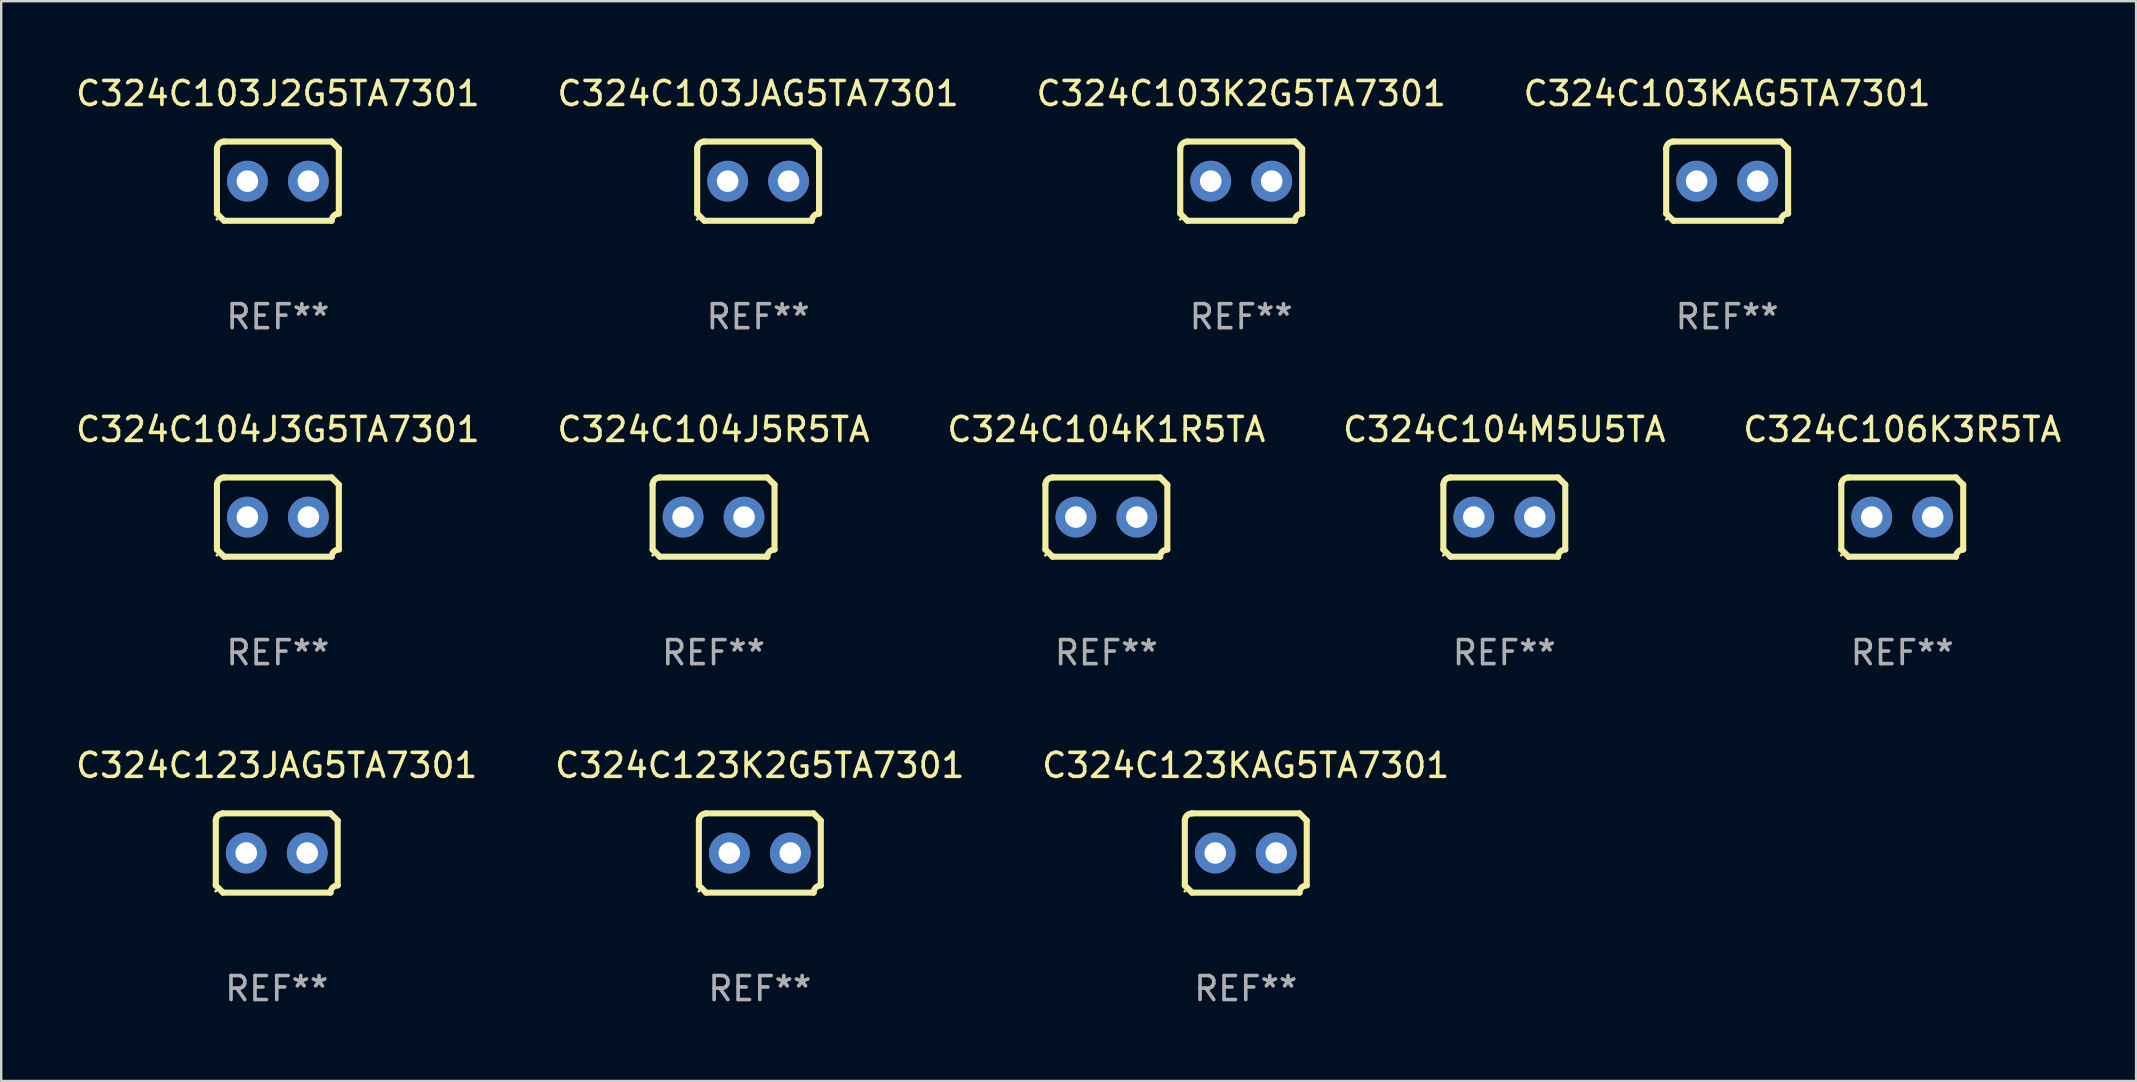
<source format=kicad_pcb>
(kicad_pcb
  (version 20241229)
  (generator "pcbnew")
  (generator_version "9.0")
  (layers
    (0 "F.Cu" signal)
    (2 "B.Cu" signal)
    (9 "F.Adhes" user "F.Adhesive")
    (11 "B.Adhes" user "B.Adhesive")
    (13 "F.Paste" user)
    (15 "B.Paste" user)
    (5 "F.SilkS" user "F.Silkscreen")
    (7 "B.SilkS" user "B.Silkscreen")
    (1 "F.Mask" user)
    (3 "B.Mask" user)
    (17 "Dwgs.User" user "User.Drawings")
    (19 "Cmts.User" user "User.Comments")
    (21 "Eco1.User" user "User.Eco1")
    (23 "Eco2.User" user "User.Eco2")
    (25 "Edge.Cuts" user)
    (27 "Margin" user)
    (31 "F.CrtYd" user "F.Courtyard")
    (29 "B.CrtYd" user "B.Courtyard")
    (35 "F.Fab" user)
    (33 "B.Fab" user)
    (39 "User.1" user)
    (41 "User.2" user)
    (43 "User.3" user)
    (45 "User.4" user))
  (footprint "C324C104J3G5TA7301"
    (layer "F.Cu")
    (at 8.53 18.498)
    (property "Reference" "C324C104J3G5TA7301" (at 0 -3.651 0) (layer "F.SilkS") (effects (font (size 1 1) (thickness 0.15))))
    (attr through_hole)
    (fp_line (start -2.54 -1.351) (end -2.54 1.351) (stroke (width 0.254) (type solid)) (layer "F.SilkS"))
    (fp_line (start -2.24 -1.651) (end 2.24 -1.651) (stroke (width 0.254) (type solid)) (layer "F.SilkS"))
    (fp_line (start 2.24 1.651) (end -2.24 1.651) (stroke (width 0.254) (type solid)) (layer "F.SilkS"))
    (fp_line (start 2.54 1.351) (end 2.54 -1.351) (stroke (width 0.254) (type solid)) (layer "F.SilkS"))
    (fp_arc (start -2.540005 -1.351283) (mid -2.450115 -1.561309) (end -2.240005 -1.651003) (stroke (width 0.254001) (type solid)) (layer "F.SilkS"))
    (fp_arc (start -2.240287 1.651001) (mid -2.390163 1.501019) (end -2.540005 1.351003) (stroke (width 0.254001) (type solid)) (layer "F.SilkS"))
    (fp_arc (start 2.240005 1.651003) (mid 2.329934 1.441015) (end 2.540005 1.351282) (stroke (width 0.254001) (type solid)) (layer "F.SilkS"))
    (fp_arc (start 2.540005 -1.351003) (mid 2.389393 -1.500252) (end 2.240284 -1.651003) (stroke (width 0.254001) (type solid)) (layer "F.SilkS"))
    (fp_circle (center -2.54 1.59) (end -2.51 1.59) (stroke (width 0.06) (type solid)) (fill no) (layer "F.SilkS"))
    (fp_text user "REF**" (at 0 5.651 0) (layer "F.Fab") (effects (font (size 1 1) (thickness 0.15))))
    (pad "1" thru_hole circle (at -1.27 0) (size 1.7 1.7) (drill 0.9) (layers "*.Cu" "*.Mask"))
    (pad "2" thru_hole circle (at 1.27 0) (size 1.7 1.7) (drill 0.9) (layers "*.Cu" "*.Mask")))
  (footprint "C324C104K1R5TA"
    (layer "F.Cu")
    (at 43.054 18.498)
    (property "Reference" "C324C104K1R5TA" (at 0 -3.651 0) (layer "F.SilkS") (effects (font (size 1 1) (thickness 0.15))))
    (attr through_hole)
    (fp_line (start -2.54 -1.351) (end -2.54 1.351) (stroke (width 0.254) (type solid)) (layer "F.SilkS"))
    (fp_line (start -2.24 -1.651) (end 2.24 -1.651) (stroke (width 0.254) (type solid)) (layer "F.SilkS"))
    (fp_line (start 2.24 1.651) (end -2.24 1.651) (stroke (width 0.254) (type solid)) (layer "F.SilkS"))
    (fp_line (start 2.54 1.351) (end 2.54 -1.351) (stroke (width 0.254) (type solid)) (layer "F.SilkS"))
    (fp_arc (start -2.540005 -1.351283) (mid -2.450115 -1.561309) (end -2.240005 -1.651003) (stroke (width 0.254001) (type solid)) (layer "F.SilkS"))
    (fp_arc (start -2.240287 1.651001) (mid -2.390163 1.501019) (end -2.540005 1.351003) (stroke (width 0.254001) (type solid)) (layer "F.SilkS"))
    (fp_arc (start 2.240005 1.651003) (mid 2.329934 1.441015) (end 2.540005 1.351282) (stroke (width 0.254001) (type solid)) (layer "F.SilkS"))
    (fp_arc (start 2.540005 -1.351003) (mid 2.389393 -1.500252) (end 2.240284 -1.651003) (stroke (width 0.254001) (type solid)) (layer "F.SilkS"))
    (fp_circle (center -2.54 1.59) (end -2.51 1.59) (stroke (width 0.06) (type solid)) (fill no) (layer "F.SilkS"))
    (fp_text user "REF**" (at 0 5.651 0) (layer "F.Fab") (effects (font (size 1 1) (thickness 0.15))))
    (pad "1" thru_hole circle (at -1.27 0) (size 1.7 1.7) (drill 0.9) (layers "*.Cu" "*.Mask"))
    (pad "2" thru_hole circle (at 1.27 0) (size 1.7 1.7) (drill 0.9) (layers "*.Cu" "*.Mask")))
  (footprint "C324C123K2G5TA7301"
    (layer "F.Cu")
    (at 28.613 32.496)
    (property "Reference" "C324C123K2G5TA7301" (at 0 -3.651 0) (layer "F.SilkS") (effects (font (size 1 1) (thickness 0.15))))
    (attr through_hole)
    (fp_line (start -2.54 -1.351) (end -2.54 1.351) (stroke (width 0.254) (type solid)) (layer "F.SilkS"))
    (fp_line (start -2.24 -1.651) (end 2.24 -1.651) (stroke (width 0.254) (type solid)) (layer "F.SilkS"))
    (fp_line (start 2.24 1.651) (end -2.24 1.651) (stroke (width 0.254) (type solid)) (layer "F.SilkS"))
    (fp_line (start 2.54 1.351) (end 2.54 -1.351) (stroke (width 0.254) (type solid)) (layer "F.SilkS"))
    (fp_arc (start -2.540005 -1.351283) (mid -2.450115 -1.561309) (end -2.240005 -1.651003) (stroke (width 0.254001) (type solid)) (layer "F.SilkS"))
    (fp_arc (start -2.240287 1.651001) (mid -2.390163 1.501019) (end -2.540005 1.351003) (stroke (width 0.254001) (type solid)) (layer "F.SilkS"))
    (fp_arc (start 2.240005 1.651003) (mid 2.329934 1.441015) (end 2.540005 1.351282) (stroke (width 0.254001) (type solid)) (layer "F.SilkS"))
    (fp_arc (start 2.540005 -1.351003) (mid 2.389393 -1.500252) (end 2.240284 -1.651003) (stroke (width 0.254001) (type solid)) (layer "F.SilkS"))
    (fp_circle (center -2.54 1.59) (end -2.51 1.59) (stroke (width 0.06) (type solid)) (fill no) (layer "F.SilkS"))
    (fp_text user "REF**" (at 0 5.651 0) (layer "F.Fab") (effects (font (size 1 1) (thickness 0.15))))
    (pad "1" thru_hole circle (at -1.27 0) (size 1.7 1.7) (drill 0.9) (layers "*.Cu" "*.Mask"))
    (pad "2" thru_hole circle (at 1.27 0) (size 1.7 1.7) (drill 0.9) (layers "*.Cu" "*.Mask")))
  (footprint "C324C103KAG5TA7301"
    (layer "F.Cu")
    (at 68.923 4.499)
    (property "Reference" "C324C103KAG5TA7301" (at 0 -3.651 0) (layer "F.SilkS") (effects (font (size 1 1) (thickness 0.15))))
    (attr through_hole)
    (fp_line (start -2.54 -1.351) (end -2.54 1.351) (stroke (width 0.254) (type solid)) (layer "F.SilkS"))
    (fp_line (start -2.24 -1.651) (end 2.24 -1.651) (stroke (width 0.254) (type solid)) (layer "F.SilkS"))
    (fp_line (start 2.24 1.651) (end -2.24 1.651) (stroke (width 0.254) (type solid)) (layer "F.SilkS"))
    (fp_line (start 2.54 1.351) (end 2.54 -1.351) (stroke (width 0.254) (type solid)) (layer "F.SilkS"))
    (fp_arc (start -2.540005 -1.351283) (mid -2.450115 -1.561309) (end -2.240005 -1.651003) (stroke (width 0.254001) (type solid)) (layer "F.SilkS"))
    (fp_arc (start -2.240287 1.651001) (mid -2.390163 1.501019) (end -2.540005 1.351003) (stroke (width 0.254001) (type solid)) (layer "F.SilkS"))
    (fp_arc (start 2.240005 1.651003) (mid 2.329934 1.441015) (end 2.540005 1.351282) (stroke (width 0.254001) (type solid)) (layer "F.SilkS"))
    (fp_arc (start 2.540005 -1.351003) (mid 2.389393 -1.500252) (end 2.240284 -1.651003) (stroke (width 0.254001) (type solid)) (layer "F.SilkS"))
    (fp_circle (center -2.54 1.59) (end -2.51 1.59) (stroke (width 0.06) (type solid)) (fill no) (layer "F.SilkS"))
    (fp_text user "REF**" (at 0 5.651 0) (layer "F.Fab") (effects (font (size 1 1) (thickness 0.15))))
    (pad "1" thru_hole circle (at -1.27 0) (size 1.7 1.7) (drill 0.9) (layers "*.Cu" "*.Mask"))
    (pad "2" thru_hole circle (at 1.27 0) (size 1.7 1.7) (drill 0.9) (layers "*.Cu" "*.Mask")))
  (footprint "C324C103JAG5TA7301"
    (layer "F.Cu")
    (at 28.542 4.499)
    (property "Reference" "C324C103JAG5TA7301" (at 0 -3.651 0) (layer "F.SilkS") (effects (font (size 1 1) (thickness 0.15))))
    (attr through_hole)
    (fp_line (start -2.54 -1.351) (end -2.54 1.351) (stroke (width 0.254) (type solid)) (layer "F.SilkS"))
    (fp_line (start -2.24 -1.651) (end 2.24 -1.651) (stroke (width 0.254) (type solid)) (layer "F.SilkS"))
    (fp_line (start 2.24 1.651) (end -2.24 1.651) (stroke (width 0.254) (type solid)) (layer "F.SilkS"))
    (fp_line (start 2.54 1.351) (end 2.54 -1.351) (stroke (width 0.254) (type solid)) (layer "F.SilkS"))
    (fp_arc (start -2.540005 -1.351283) (mid -2.450115 -1.561309) (end -2.240005 -1.651003) (stroke (width 0.254001) (type solid)) (layer "F.SilkS"))
    (fp_arc (start -2.240287 1.651001) (mid -2.390163 1.501019) (end -2.540005 1.351003) (stroke (width 0.254001) (type solid)) (layer "F.SilkS"))
    (fp_arc (start 2.240005 1.651003) (mid 2.329934 1.441015) (end 2.540005 1.351282) (stroke (width 0.254001) (type solid)) (layer "F.SilkS"))
    (fp_arc (start 2.540005 -1.351003) (mid 2.389393 -1.500252) (end 2.240284 -1.651003) (stroke (width 0.254001) (type solid)) (layer "F.SilkS"))
    (fp_circle (center -2.54 1.59) (end -2.51 1.59) (stroke (width 0.06) (type solid)) (fill no) (layer "F.SilkS"))
    (fp_text user "REF**" (at 0 5.651 0) (layer "F.Fab") (effects (font (size 1 1) (thickness 0.15))))
    (pad "1" thru_hole circle (at -1.27 0) (size 1.7 1.7) (drill 0.9) (layers "*.Cu" "*.Mask"))
    (pad "2" thru_hole circle (at 1.27 0) (size 1.7 1.7) (drill 0.9) (layers "*.Cu" "*.Mask")))
  (footprint "C324C123JAG5TA7301"
    (layer "F.Cu")
    (at 8.482 32.496)
    (property "Reference" "C324C123JAG5TA7301" (at 0 -3.651 0) (layer "F.SilkS") (effects (font (size 1 1) (thickness 0.15))))
    (attr through_hole)
    (fp_line (start -2.54 -1.351) (end -2.54 1.351) (stroke (width 0.254) (type solid)) (layer "F.SilkS"))
    (fp_line (start -2.24 -1.651) (end 2.24 -1.651) (stroke (width 0.254) (type solid)) (layer "F.SilkS"))
    (fp_line (start 2.24 1.651) (end -2.24 1.651) (stroke (width 0.254) (type solid)) (layer "F.SilkS"))
    (fp_line (start 2.54 1.351) (end 2.54 -1.351) (stroke (width 0.254) (type solid)) (layer "F.SilkS"))
    (fp_arc (start -2.540005 -1.351283) (mid -2.450115 -1.561309) (end -2.240005 -1.651003) (stroke (width 0.254001) (type solid)) (layer "F.SilkS"))
    (fp_arc (start -2.240287 1.651001) (mid -2.390163 1.501019) (end -2.540005 1.351003) (stroke (width 0.254001) (type solid)) (layer "F.SilkS"))
    (fp_arc (start 2.240005 1.651003) (mid 2.329934 1.441015) (end 2.540005 1.351282) (stroke (width 0.254001) (type solid)) (layer "F.SilkS"))
    (fp_arc (start 2.540005 -1.351003) (mid 2.389393 -1.500252) (end 2.240284 -1.651003) (stroke (width 0.254001) (type solid)) (layer "F.SilkS"))
    (fp_circle (center -2.54 1.59) (end -2.51 1.59) (stroke (width 0.06) (type solid)) (fill no) (layer "F.SilkS"))
    (fp_text user "REF**" (at 0 5.651 0) (layer "F.Fab") (effects (font (size 1 1) (thickness 0.15))))
    (pad "1" thru_hole circle (at -1.27 0) (size 1.7 1.7) (drill 0.9) (layers "*.Cu" "*.Mask"))
    (pad "2" thru_hole circle (at 1.27 0) (size 1.7 1.7) (drill 0.9) (layers "*.Cu" "*.Mask")))
  (footprint "C324C104J5R5TA"
    (layer "F.Cu")
    (at 26.685 18.498)
    (property "Reference" "C324C104J5R5TA" (at 0 -3.651 0) (layer "F.SilkS") (effects (font (size 1 1) (thickness 0.15))))
    (attr through_hole)
    (fp_line (start -2.54 -1.351) (end -2.54 1.351) (stroke (width 0.254) (type solid)) (layer "F.SilkS"))
    (fp_line (start -2.24 -1.651) (end 2.24 -1.651) (stroke (width 0.254) (type solid)) (layer "F.SilkS"))
    (fp_line (start 2.24 1.651) (end -2.24 1.651) (stroke (width 0.254) (type solid)) (layer "F.SilkS"))
    (fp_line (start 2.54 1.351) (end 2.54 -1.351) (stroke (width 0.254) (type solid)) (layer "F.SilkS"))
    (fp_arc (start -2.540005 -1.351283) (mid -2.450115 -1.561309) (end -2.240005 -1.651003) (stroke (width 0.254001) (type solid)) (layer "F.SilkS"))
    (fp_arc (start -2.240287 1.651001) (mid -2.390163 1.501019) (end -2.540005 1.351003) (stroke (width 0.254001) (type solid)) (layer "F.SilkS"))
    (fp_arc (start 2.240005 1.651003) (mid 2.329934 1.441015) (end 2.540005 1.351282) (stroke (width 0.254001) (type solid)) (layer "F.SilkS"))
    (fp_arc (start 2.540005 -1.351003) (mid 2.389393 -1.500252) (end 2.240284 -1.651003) (stroke (width 0.254001) (type solid)) (layer "F.SilkS"))
    (fp_circle (center -2.54 1.59) (end -2.51 1.59) (stroke (width 0.06) (type solid)) (fill no) (layer "F.SilkS"))
    (fp_text user "REF**" (at 0 5.651 0) (layer "F.Fab") (effects (font (size 1 1) (thickness 0.15))))
    (pad "1" thru_hole circle (at -1.27 0) (size 1.7 1.7) (drill 0.9) (layers "*.Cu" "*.Mask"))
    (pad "2" thru_hole circle (at 1.27 0) (size 1.7 1.7) (drill 0.9) (layers "*.Cu" "*.Mask")))
  (footprint "C324C104M5U5TA"
    (layer "F.Cu")
    (at 59.637 18.498)
    (property "Reference" "C324C104M5U5TA" (at 0 -3.651 0) (layer "F.SilkS") (effects (font (size 1 1) (thickness 0.15))))
    (attr through_hole)
    (fp_line (start -2.54 -1.351) (end -2.54 1.351) (stroke (width 0.254) (type solid)) (layer "F.SilkS"))
    (fp_line (start -2.24 -1.651) (end 2.24 -1.651) (stroke (width 0.254) (type solid)) (layer "F.SilkS"))
    (fp_line (start 2.24 1.651) (end -2.24 1.651) (stroke (width 0.254) (type solid)) (layer "F.SilkS"))
    (fp_line (start 2.54 1.351) (end 2.54 -1.351) (stroke (width 0.254) (type solid)) (layer "F.SilkS"))
    (fp_arc (start -2.540005 -1.351283) (mid -2.450115 -1.561309) (end -2.240005 -1.651003) (stroke (width 0.254001) (type solid)) (layer "F.SilkS"))
    (fp_arc (start -2.240287 1.651001) (mid -2.390163 1.501019) (end -2.540005 1.351003) (stroke (width 0.254001) (type solid)) (layer "F.SilkS"))
    (fp_arc (start 2.240005 1.651003) (mid 2.329934 1.441015) (end 2.540005 1.351282) (stroke (width 0.254001) (type solid)) (layer "F.SilkS"))
    (fp_arc (start 2.540005 -1.351003) (mid 2.389393 -1.500252) (end 2.240284 -1.651003) (stroke (width 0.254001) (type solid)) (layer "F.SilkS"))
    (fp_circle (center -2.54 1.59) (end -2.51 1.59) (stroke (width 0.06) (type solid)) (fill no) (layer "F.SilkS"))
    (fp_text user "REF**" (at 0 5.651 0) (layer "F.Fab") (effects (font (size 1 1) (thickness 0.15))))
    (pad "1" thru_hole circle (at -1.27 0) (size 1.7 1.7) (drill 0.9) (layers "*.Cu" "*.Mask"))
    (pad "2" thru_hole circle (at 1.27 0) (size 1.7 1.7) (drill 0.9) (layers "*.Cu" "*.Mask")))
  (footprint "C324C123KAG5TA7301"
    (layer "F.Cu")
    (at 48.863 32.496)
    (property "Reference" "C324C123KAG5TA7301" (at 0 -3.651 0) (layer "F.SilkS") (effects (font (size 1 1) (thickness 0.15))))
    (attr through_hole)
    (fp_line (start -2.54 -1.351) (end -2.54 1.351) (stroke (width 0.254) (type solid)) (layer "F.SilkS"))
    (fp_line (start -2.24 -1.651) (end 2.24 -1.651) (stroke (width 0.254) (type solid)) (layer "F.SilkS"))
    (fp_line (start 2.24 1.651) (end -2.24 1.651) (stroke (width 0.254) (type solid)) (layer "F.SilkS"))
    (fp_line (start 2.54 1.351) (end 2.54 -1.351) (stroke (width 0.254) (type solid)) (layer "F.SilkS"))
    (fp_arc (start -2.540005 -1.351283) (mid -2.450115 -1.561309) (end -2.240005 -1.651003) (stroke (width 0.254001) (type solid)) (layer "F.SilkS"))
    (fp_arc (start -2.240287 1.651001) (mid -2.390163 1.501019) (end -2.540005 1.351003) (stroke (width 0.254001) (type solid)) (layer "F.SilkS"))
    (fp_arc (start 2.240005 1.651003) (mid 2.329934 1.441015) (end 2.540005 1.351282) (stroke (width 0.254001) (type solid)) (layer "F.SilkS"))
    (fp_arc (start 2.540005 -1.351003) (mid 2.389393 -1.500252) (end 2.240284 -1.651003) (stroke (width 0.254001) (type solid)) (layer "F.SilkS"))
    (fp_circle (center -2.54 1.59) (end -2.51 1.59) (stroke (width 0.06) (type solid)) (fill no) (layer "F.SilkS"))
    (fp_text user "REF**" (at 0 5.651 0) (layer "F.Fab") (effects (font (size 1 1) (thickness 0.15))))
    (pad "1" thru_hole circle (at -1.27 0) (size 1.7 1.7) (drill 0.9) (layers "*.Cu" "*.Mask"))
    (pad "2" thru_hole circle (at 1.27 0) (size 1.7 1.7) (drill 0.9) (layers "*.Cu" "*.Mask")))
  (footprint "C324C103K2G5TA7301"
    (layer "F.Cu")
    (at 48.673 4.499)
    (property "Reference" "C324C103K2G5TA7301" (at 0 -3.651 0) (layer "F.SilkS") (effects (font (size 1 1) (thickness 0.15))))
    (attr through_hole)
    (fp_line (start -2.54 -1.351) (end -2.54 1.351) (stroke (width 0.254) (type solid)) (layer "F.SilkS"))
    (fp_line (start -2.24 -1.651) (end 2.24 -1.651) (stroke (width 0.254) (type solid)) (layer "F.SilkS"))
    (fp_line (start 2.24 1.651) (end -2.24 1.651) (stroke (width 0.254) (type solid)) (layer "F.SilkS"))
    (fp_line (start 2.54 1.351) (end 2.54 -1.351) (stroke (width 0.254) (type solid)) (layer "F.SilkS"))
    (fp_arc (start -2.540005 -1.351283) (mid -2.450115 -1.561309) (end -2.240005 -1.651003) (stroke (width 0.254001) (type solid)) (layer "F.SilkS"))
    (fp_arc (start -2.240287 1.651001) (mid -2.390163 1.501019) (end -2.540005 1.351003) (stroke (width 0.254001) (type solid)) (layer "F.SilkS"))
    (fp_arc (start 2.240005 1.651003) (mid 2.329934 1.441015) (end 2.540005 1.351282) (stroke (width 0.254001) (type solid)) (layer "F.SilkS"))
    (fp_arc (start 2.540005 -1.351003) (mid 2.389393 -1.500252) (end 2.240284 -1.651003) (stroke (width 0.254001) (type solid)) (layer "F.SilkS"))
    (fp_circle (center -2.54 1.59) (end -2.51 1.59) (stroke (width 0.06) (type solid)) (fill no) (layer "F.SilkS"))
    (fp_text user "REF**" (at 0 5.651 0) (layer "F.Fab") (effects (font (size 1 1) (thickness 0.15))))
    (pad "1" thru_hole circle (at -1.27 0) (size 1.7 1.7) (drill 0.9) (layers "*.Cu" "*.Mask"))
    (pad "2" thru_hole circle (at 1.27 0) (size 1.7 1.7) (drill 0.9) (layers "*.Cu" "*.Mask")))
  (footprint "C324C106K3R5TA"
    (layer "F.Cu")
    (at 76.22 18.498)
    (property "Reference" "C324C106K3R5TA" (at 0 -3.651 0) (layer "F.SilkS") (effects (font (size 1 1) (thickness 0.15))))
    (attr through_hole)
    (fp_line (start -2.54 -1.351) (end -2.54 1.351) (stroke (width 0.254) (type solid)) (layer "F.SilkS"))
    (fp_line (start -2.24 -1.651) (end 2.24 -1.651) (stroke (width 0.254) (type solid)) (layer "F.SilkS"))
    (fp_line (start 2.24 1.651) (end -2.24 1.651) (stroke (width 0.254) (type solid)) (layer "F.SilkS"))
    (fp_line (start 2.54 1.351) (end 2.54 -1.351) (stroke (width 0.254) (type solid)) (layer "F.SilkS"))
    (fp_arc (start -2.540005 -1.351283) (mid -2.450115 -1.561309) (end -2.240005 -1.651003) (stroke (width 0.254001) (type solid)) (layer "F.SilkS"))
    (fp_arc (start -2.240287 1.651001) (mid -2.390163 1.501019) (end -2.540005 1.351003) (stroke (width 0.254001) (type solid)) (layer "F.SilkS"))
    (fp_arc (start 2.240005 1.651003) (mid 2.329934 1.441015) (end 2.540005 1.351282) (stroke (width 0.254001) (type solid)) (layer "F.SilkS"))
    (fp_arc (start 2.540005 -1.351003) (mid 2.389393 -1.500252) (end 2.240284 -1.651003) (stroke (width 0.254001) (type solid)) (layer "F.SilkS"))
    (fp_circle (center -2.54 1.59) (end -2.51 1.59) (stroke (width 0.06) (type solid)) (fill no) (layer "F.SilkS"))
    (fp_text user "REF**" (at 0 5.651 0) (layer "F.Fab") (effects (font (size 1 1) (thickness 0.15))))
    (pad "1" thru_hole circle (at -1.27 0) (size 1.7 1.7) (drill 0.9) (layers "*.Cu" "*.Mask"))
    (pad "2" thru_hole circle (at 1.27 0) (size 1.7 1.7) (drill 0.9) (layers "*.Cu" "*.Mask")))
  (footprint "C324C103J2G5TA7301"
    (layer "F.Cu")
    (at 8.53 4.499)
    (property "Reference" "C324C103J2G5TA7301" (at 0 -3.651 0) (layer "F.SilkS") (effects (font (size 1 1) (thickness 0.15))))
    (attr through_hole)
    (fp_line (start -2.54 -1.351) (end -2.54 1.351) (stroke (width 0.254) (type solid)) (layer "F.SilkS"))
    (fp_line (start -2.24 -1.651) (end 2.24 -1.651) (stroke (width 0.254) (type solid)) (layer "F.SilkS"))
    (fp_line (start 2.24 1.651) (end -2.24 1.651) (stroke (width 0.254) (type solid)) (layer "F.SilkS"))
    (fp_line (start 2.54 1.351) (end 2.54 -1.351) (stroke (width 0.254) (type solid)) (layer "F.SilkS"))
    (fp_arc (start -2.540005 -1.351283) (mid -2.450115 -1.561309) (end -2.240005 -1.651003) (stroke (width 0.254001) (type solid)) (layer "F.SilkS"))
    (fp_arc (start -2.240287 1.651001) (mid -2.390163 1.501019) (end -2.540005 1.351003) (stroke (width 0.254001) (type solid)) (layer "F.SilkS"))
    (fp_arc (start 2.240005 1.651003) (mid 2.329934 1.441015) (end 2.540005 1.351282) (stroke (width 0.254001) (type solid)) (layer "F.SilkS"))
    (fp_arc (start 2.540005 -1.351003) (mid 2.389393 -1.500252) (end 2.240284 -1.651003) (stroke (width 0.254001) (type solid)) (layer "F.SilkS"))
    (fp_circle (center -2.54 1.59) (end -2.51 1.59) (stroke (width 0.06) (type solid)) (fill no) (layer "F.SilkS"))
    (fp_text user "REF**" (at 0 5.651 0) (layer "F.Fab") (effects (font (size 1 1) (thickness 0.15))))
    (pad "1" thru_hole circle (at -1.27 0) (size 1.7 1.7) (drill 0.9) (layers "*.Cu" "*.Mask"))
    (pad "2" thru_hole circle (at 1.27 0) (size 1.7 1.7) (drill 0.9) (layers "*.Cu" "*.Mask")))
  (gr_rect
    (start -3 -3)
    (end 85.964 41.996)
    (stroke (width 0.1) (type default))
    (fill no)
    (layer "Edge.Cuts")))
</source>
